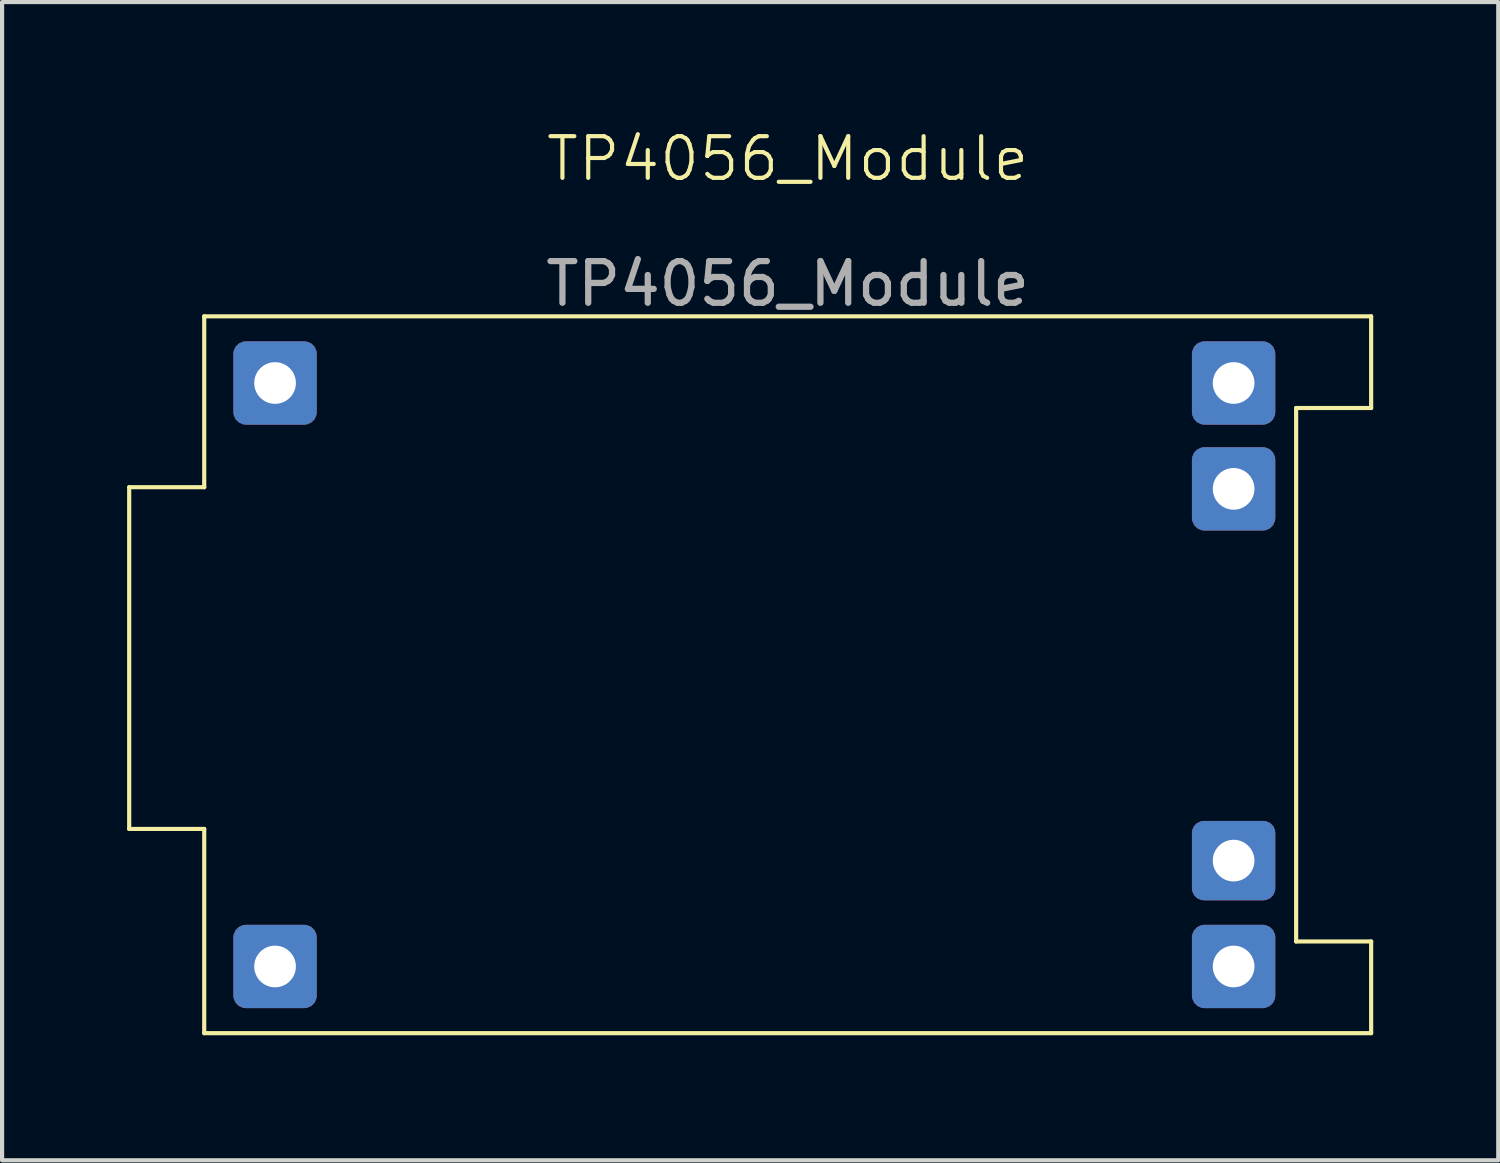
<source format=kicad_pcb>
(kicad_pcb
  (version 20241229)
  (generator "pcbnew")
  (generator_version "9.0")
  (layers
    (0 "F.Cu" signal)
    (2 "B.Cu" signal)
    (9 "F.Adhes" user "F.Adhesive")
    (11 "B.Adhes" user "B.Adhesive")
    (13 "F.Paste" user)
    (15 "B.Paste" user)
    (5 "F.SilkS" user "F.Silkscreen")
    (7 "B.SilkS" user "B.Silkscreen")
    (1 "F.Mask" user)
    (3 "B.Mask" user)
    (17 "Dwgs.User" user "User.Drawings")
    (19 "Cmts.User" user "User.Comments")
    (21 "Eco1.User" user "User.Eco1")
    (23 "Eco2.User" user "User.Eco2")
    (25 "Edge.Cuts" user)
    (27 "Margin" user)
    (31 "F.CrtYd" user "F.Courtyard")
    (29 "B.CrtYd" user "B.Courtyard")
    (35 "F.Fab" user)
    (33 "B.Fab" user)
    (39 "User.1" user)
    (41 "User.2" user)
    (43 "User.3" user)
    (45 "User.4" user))
  (footprint "TP4056_Module"
    (layer "F.Cu")
    (at 15.85 13.14)
    (property "Reference" "TP4056_Module" (at 0 -12.38 0) (unlocked yes) (layer "F.SilkS") (effects (font (size 1 1) (thickness 0.1))))
    (attr smd)
    (fp_line (start -15.8 -4.5) (end -15.8 3.7) (stroke (width 0.1) (type default)) (layer "F.SilkS"))
    (fp_line (start -15.8 3.7) (end -14 3.7) (stroke (width 0.1) (type default)) (layer "F.SilkS"))
    (fp_line (start -14 -8.6) (end -14 -4.5) (stroke (width 0.1) (type default)) (layer "F.SilkS"))
    (fp_line (start -14 -8.6) (end 14 -8.6) (stroke (width 0.1) (type solid)) (layer "F.SilkS"))
    (fp_line (start -14 -4.5) (end -15.8 -4.5) (stroke (width 0.1) (type default)) (layer "F.SilkS"))
    (fp_line (start -14 3.7) (end -14 8.6) (stroke (width 0.1) (type default)) (layer "F.SilkS"))
    (fp_line (start 12.2 -6.4) (end 12.2 6.4) (stroke (width 0.1) (type default)) (layer "F.SilkS"))
    (fp_line (start 12.2 6.4) (end 14 6.4) (stroke (width 0.1) (type solid)) (layer "F.SilkS"))
    (fp_line (start 14 -8.6) (end 14 -6.4) (stroke (width 0.1) (type solid)) (layer "F.SilkS"))
    (fp_line (start 14 -6.4) (end 12.2 -6.4) (stroke (width 0.1) (type default)) (layer "F.SilkS"))
    (fp_line (start 14 6.4) (end 14 8.6) (stroke (width 0.1) (type solid)) (layer "F.SilkS"))
    (fp_line (start 14 8.6) (end -14 8.6) (stroke (width 0.1) (type default)) (layer "F.SilkS"))
    (fp_text user "${REFERENCE}" (at 0 -9.38 0) (unlocked yes) (layer "F.Fab") (effects (font (size 1 1) (thickness 0.15))))
    (pad "1" thru_hole roundrect (at -12.3 -7) (size 2 2) (drill 1) (layers "*.Cu" "*.Mask") (roundrect_rratio 0.15))
    (pad "2" thru_hole roundrect (at -12.3 7) (size 2 2) (drill 1) (layers "*.Cu" "*.Mask") (roundrect_rratio 0.15))
    (pad "3" thru_hole roundrect (at 10.7 -7) (size 2 2) (drill 1) (layers "*.Cu" "*.Mask") (roundrect_rratio 0.15))
    (pad "4" thru_hole roundrect (at 10.7 7) (size 2 2) (drill 1) (layers "*.Cu" "*.Mask") (roundrect_rratio 0.15))
    (pad "5" thru_hole roundrect (at 10.7 -4.46) (size 2 2) (drill 1) (layers "*.Cu" "*.Mask") (roundrect_rratio 0.15))
    (pad "6" thru_hole roundrect (at 10.7 4.46) (size 2 1.905) (drill 1) (layers "*.Cu" "*.Mask") (roundrect_rratio 0.15)))
  (gr_rect
    (start -3 -3)
    (end 32.9 24.791)
    (stroke (width 0.1) (type default))
    (fill no)
    (layer "Edge.Cuts")))
</source>
